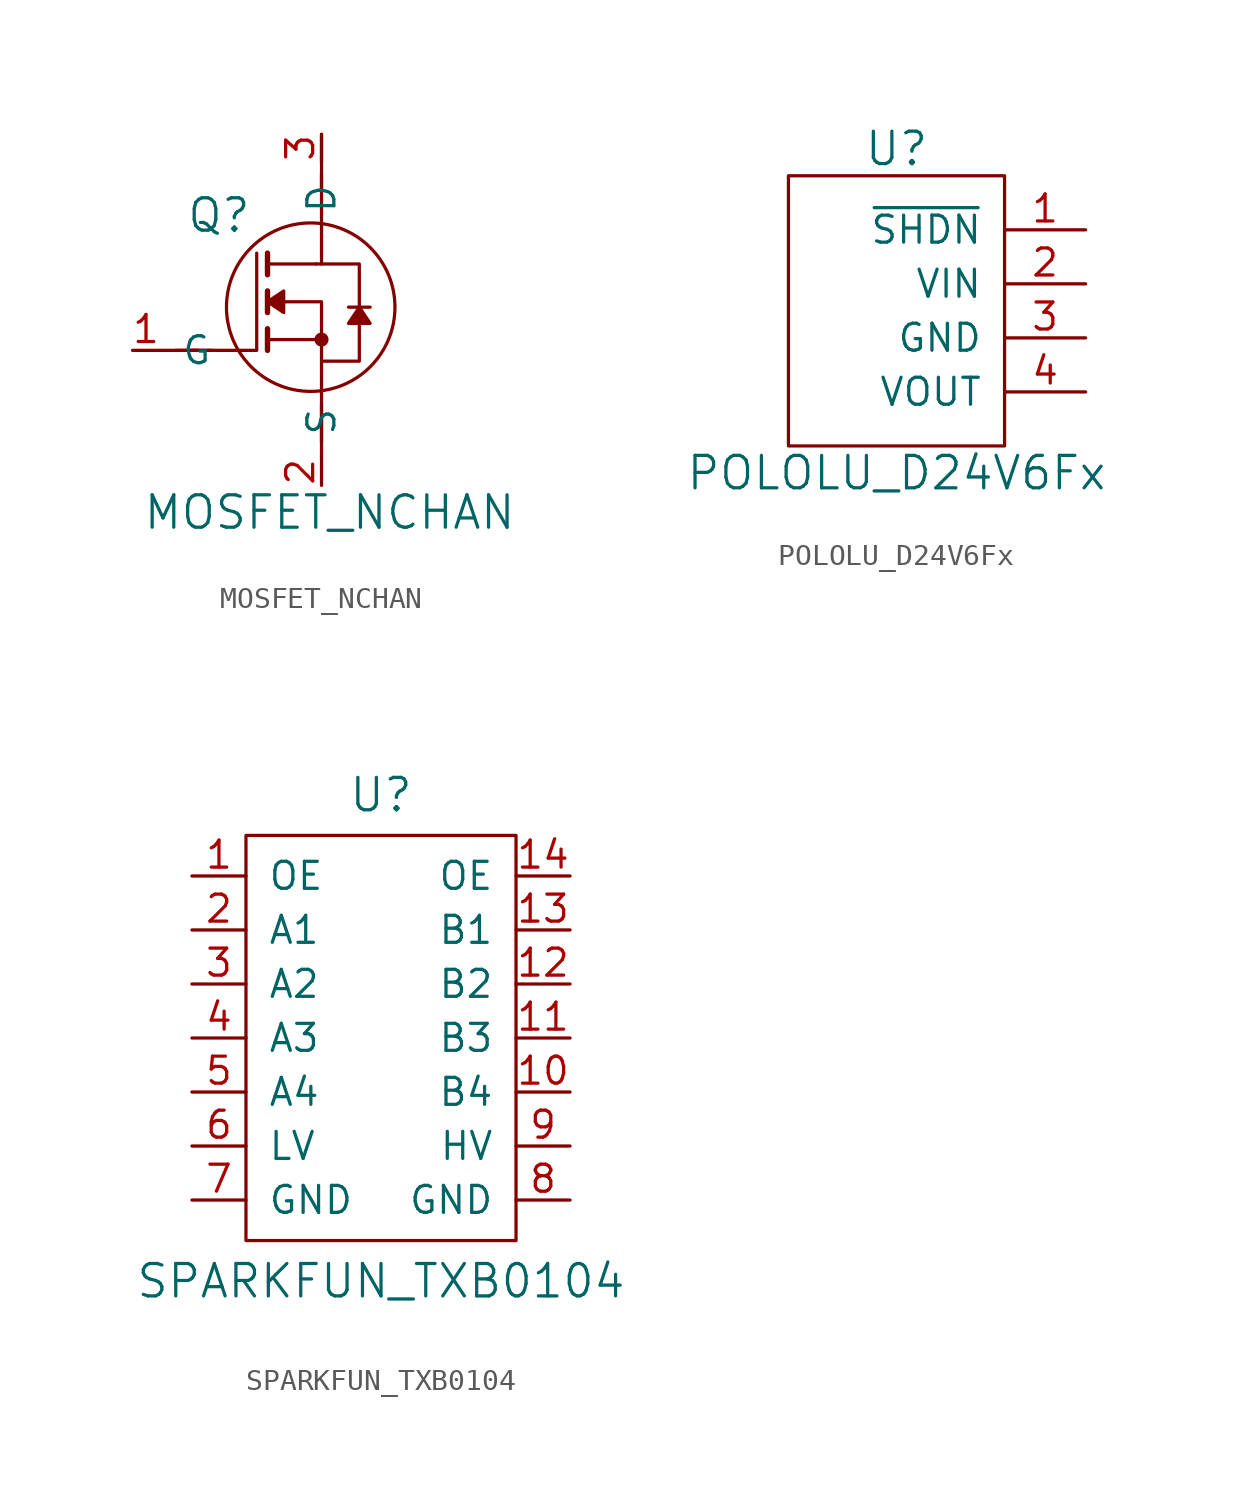
<source format=kicad_sym>
(kicad_symbol_lib
  (version 20231120)
  (generator "kicad_symbol_editor")
  (generator_version "8.0")
  (symbol "MOSFET_NCHAN"
    (pin_names
      (offset 1.016))
    (property "Reference" "Q"
      (at -4.826 6.35 0)
      (effects (font (size 1.524 1.524))))
    (property "Value" "MOSFET_NCHAN"
      (at 0.381 -7.62 0)
      (effects (font (size 1.524 1.524))))
    (property "Footprint" ""
      (at 0 2.286 0)
      (effects (font (size 1.524 1.524))))
    (property "Datasheet" ""
      (at 0 2.286 0)
      (effects (font (size 1.524 1.524))))
    (symbol "MOSFET_NCHAN_0_1"
      (circle (center -0.508 2.032) (radius 3.962) (stroke (width 0) (type solid)) (fill (type none)))
      (polyline (pts (xy -7.62 0) (xy -5.08 0)) (stroke (width 0) (type default)) (fill (type none)))
      (polyline (pts (xy -6.858 0) (xy -5.842 0)) (stroke (width 0) (type solid)) (fill (type none)))
      (polyline (pts (xy -2.54 0) (xy -2.54 1.016)) (stroke (width 0.254) (type solid)) (fill (type none)))
      (polyline (pts (xy -2.54 1.778) (xy -2.54 2.794)) (stroke (width 0.254) (type solid)) (fill (type none)))
      (polyline (pts (xy -2.54 3.556) (xy -2.54 4.572)) (stroke (width 0.254) (type solid)) (fill (type none)))
      (polyline (pts (xy -0.254 4.064) (xy -2.54 4.064)) (stroke (width 0) (type solid)) (fill (type none)))
      (polyline (pts (xy 0 -5.08) (xy 0 -2.54)) (stroke (width 0) (type default)) (fill (type none)))
      (polyline (pts (xy 0 -4.318) (xy 0 -1.524)) (stroke (width 0) (type solid)) (fill (type none)))
      (polyline (pts (xy 0 0.508) (xy 0 -1.524)) (stroke (width 0) (type solid)) (fill (type none)))
      (polyline (pts (xy 0 8.255) (xy 0 4.064)) (stroke (width 0) (type solid)) (fill (type none)))
      (polyline (pts (xy 0 10.16) (xy 0 7.62)) (stroke (width 0) (type default)) (fill (type none)))
      (polyline (pts (xy 1.27 2.032) (xy 2.286 2.032)) (stroke (width 0) (type solid)) (fill (type none)))
      (polyline (pts (xy -6.096 0) (xy -3.048 0) (xy -3.048 4.572)) (stroke (width 0) (type solid)) (fill (type none)))
      (polyline (pts (xy -2.54 0.508) (xy 0 0.508) (xy 0 2.286) (xy -1.778 2.286)) (stroke (width 0) (type solid)) (fill (type none)))
      (polyline (pts (xy -2.54 2.286) (xy -1.778 2.794) (xy -1.778 1.778) (xy -2.54 2.286)) (stroke (width 0) (type solid)) (fill (type outline)))
      (polyline (pts (xy 0 -0.508) (xy 1.778 -0.508) (xy 1.778 4.064) (xy -0.254 4.064)) (stroke (width 0) (type solid)) (fill (type none)))
      (polyline (pts (xy 1.778 2.032) (xy 1.27 1.27) (xy 2.286 1.27) (xy 1.778 2.032)) (stroke (width 0) (type solid)) (fill (type outline)))
      (circle (center 0 0.508) (radius 0.254) (stroke (width 0) (type solid)) (fill (type outline))))
    (symbol "MOSFET_NCHAN_1_1"
      (pin input line (at -8.89 0 0) (length 1.27) (name "G" (effects (font (size 1.27 1.27)))) (number "1" (effects (font (size 1.27 1.27)))))
      (pin input line (at 0 -6.35 90) (length 1.27) (name "S" (effects (font (size 1.27 1.27)))) (number "2" (effects (font (size 1.27 1.27)))))
      (pin input line (at 0 10.16 270) (length 1.27) (name "D" (effects (font (size 1.27 1.27)))) (number "3" (effects (font (size 1.27 1.27)))))))
  (symbol "POLOLU_D24V6Fx"
    (pin_names
      (offset 1.016))
    (property "Reference" "U"
      (at 0 7.62 0)
      (effects (font (size 1.524 1.524))))
    (property "Value" "POLOLU_D24V6Fx"
      (at 0 -7.62 0)
      (effects (font (size 1.524 1.524))))
    (property "Footprint" ""
      (at -3.81 -3.81 0)
      (effects (font (size 1.524 1.524))))
    (property "Datasheet" ""
      (at -3.81 -3.81 0)
      (effects (font (size 1.524 1.524))))
    (symbol "POLOLU_D24V6Fx_0_1"
      (rectangle (start 5.08 6.35) (end -5.08 -6.35) (stroke (width 0) (type solid)) (fill (type none))))
    (symbol "POLOLU_D24V6Fx_1_1"
      (pin input line (at 8.89 3.81 180) (length 3.81) (name "~{SHDN}" (effects (font (size 1.27 1.27)))) (number "1" (effects (font (size 1.27 1.27)))))
      (pin power_in line (at 8.89 1.27 180) (length 3.81) (name "VIN" (effects (font (size 1.27 1.27)))) (number "2" (effects (font (size 1.27 1.27)))))
      (pin power_in line (at 8.89 -1.27 180) (length 3.81) (name "GND" (effects (font (size 1.27 1.27)))) (number "3" (effects (font (size 1.27 1.27)))))
      (pin power_out line (at 8.89 -3.81 180) (length 3.81) (name "VOUT" (effects (font (size 1.27 1.27)))) (number "4" (effects (font (size 1.27 1.27)))))))
  (symbol "SPARKFUN_TXB0104"
    (pin_names
      (offset 1.016))
    (property "Reference" "U"
      (at 0 11.43 0)
      (effects (font (size 1.524 1.524))))
    (property "Value" "SPARKFUN_TXB0104"
      (at 0 -11.43 0)
      (effects (font (size 1.524 1.524))))
    (property "Footprint" ""
      (at -1.27 0 0)
      (effects (font (size 1.524 1.524))))
    (property "Datasheet" ""
      (at -1.27 0 0)
      (effects (font (size 1.524 1.524))))
    (symbol "SPARKFUN_TXB0104_0_1"
      (rectangle (start -6.35 9.525) (end 6.35 -9.525) (stroke (width 0) (type solid)) (fill (type none))))
    (symbol "SPARKFUN_TXB0104_1_1"
      (pin passive line (at -8.89 7.62 0) (length 2.54) (name "OE" (effects (font (size 1.27 1.27)))) (number "1" (effects (font (size 1.27 1.27)))))
      (pin input line (at 8.89 -2.54 180) (length 2.54) (name "B4" (effects (font (size 1.27 1.27)))) (number "10" (effects (font (size 1.27 1.27)))))
      (pin bidirectional line (at 8.89 0 180) (length 2.54) (name "B3" (effects (font (size 1.27 1.27)))) (number "11" (effects (font (size 1.27 1.27)))))
      (pin bidirectional line (at 8.89 2.54 180) (length 2.54) (name "B2" (effects (font (size 1.27 1.27)))) (number "12" (effects (font (size 1.27 1.27)))))
      (pin bidirectional line (at 8.89 5.08 180) (length 2.54) (name "B1" (effects (font (size 1.27 1.27)))) (number "13" (effects (font (size 1.27 1.27)))))
      (pin passive line (at 8.89 7.62 180) (length 2.54) (name "OE" (effects (font (size 1.27 1.27)))) (number "14" (effects (font (size 1.27 1.27)))))
      (pin bidirectional line (at -8.89 5.08 0) (length 2.54) (name "A1" (effects (font (size 1.27 1.27)))) (number "2" (effects (font (size 1.27 1.27)))))
      (pin bidirectional line (at -8.89 2.54 0) (length 2.54) (name "A2" (effects (font (size 1.27 1.27)))) (number "3" (effects (font (size 1.27 1.27)))))
      (pin input line (at -8.89 0 0) (length 2.54) (name "A3" (effects (font (size 1.27 1.27)))) (number "4" (effects (font (size 1.27 1.27)))))
      (pin bidirectional line (at -8.89 -2.54 0) (length 2.54) (name "A4" (effects (font (size 1.27 1.27)))) (number "5" (effects (font (size 1.27 1.27)))))
      (pin power_in line (at -8.89 -5.08 0) (length 2.54) (name "LV" (effects (font (size 1.27 1.27)))) (number "6" (effects (font (size 1.27 1.27)))))
      (pin power_in line (at -8.89 -7.62 0) (length 2.54) (name "GND" (effects (font (size 1.27 1.27)))) (number "7" (effects (font (size 1.27 1.27)))))
      (pin power_in line (at 8.89 -7.62 180) (length 2.54) (name "GND" (effects (font (size 1.27 1.27)))) (number "8" (effects (font (size 1.27 1.27)))))
      (pin power_in line (at 8.89 -5.08 180) (length 2.54) (name "HV" (effects (font (size 1.27 1.27)))) (number "9" (effects (font (size 1.27 1.27))))))))
</source>
